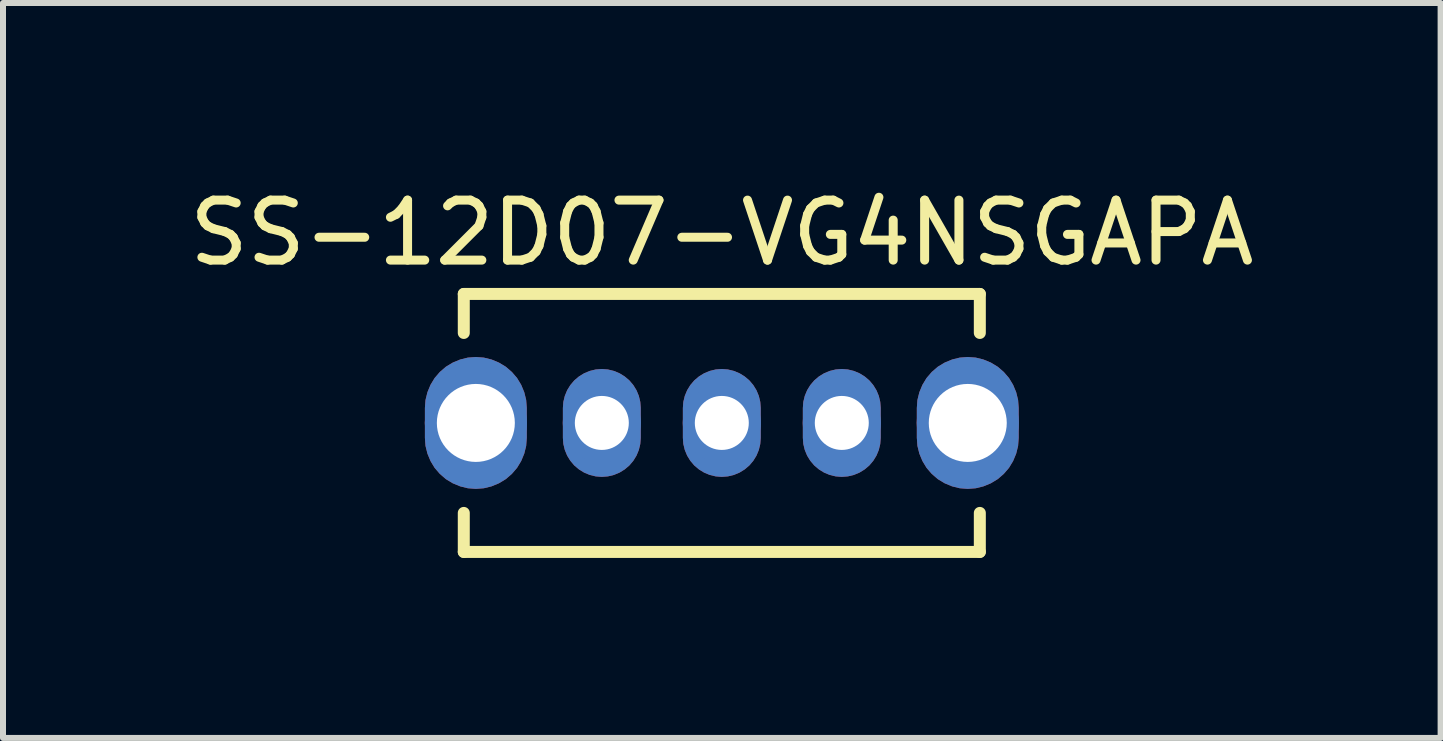
<source format=kicad_pcb>
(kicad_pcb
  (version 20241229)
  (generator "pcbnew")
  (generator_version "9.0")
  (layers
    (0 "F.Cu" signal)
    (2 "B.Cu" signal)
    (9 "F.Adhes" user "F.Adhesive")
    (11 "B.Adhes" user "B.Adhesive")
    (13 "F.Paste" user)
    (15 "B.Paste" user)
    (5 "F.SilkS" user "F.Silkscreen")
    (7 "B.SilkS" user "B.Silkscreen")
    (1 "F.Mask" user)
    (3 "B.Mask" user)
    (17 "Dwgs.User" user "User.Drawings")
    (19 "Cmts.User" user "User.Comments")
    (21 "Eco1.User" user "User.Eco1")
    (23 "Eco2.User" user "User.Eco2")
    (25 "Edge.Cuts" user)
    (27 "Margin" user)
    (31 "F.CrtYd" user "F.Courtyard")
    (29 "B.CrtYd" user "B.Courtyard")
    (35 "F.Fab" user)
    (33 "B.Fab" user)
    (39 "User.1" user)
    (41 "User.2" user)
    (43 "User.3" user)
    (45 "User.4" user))
  (footprint "SS-12D07-VG4NSGAPA"
    (layer "F.Cu")
    (at 8.982 4)
    (property "Reference" "SS-12D07-VG4NSGAPA" (at 0 -3.754 0) (layer "F.SilkS") (effects (font (size 1 1) (thickness 0.15)) (justify top)))
    (attr through_hole)
    (fp_poly (pts (xy -3.251 -0.25) (xy -3.261 -0.383) (xy -3.293 -0.512) (xy -3.344 -0.635) (xy -3.413 -0.749) (xy -3.5 -0.85) (xy -3.601 -0.937) (xy -3.715 -1.006) (xy -3.838 -1.057) (xy -3.967 -1.089) (xy -4.1 -1.099) (xy -4.233 -1.089) (xy -4.362 -1.057) (xy -4.485 -1.006) (xy -4.599 -0.937) (xy -4.7 -0.85) (xy -4.787 -0.749) (xy -4.856 -0.635) (xy -4.907 -0.512) (xy -4.939 -0.383) (xy -4.949 -0.25) (xy -4.949 0.25) (xy -4.939 0.383) (xy -4.907 0.512) (xy -4.856 0.635) (xy -4.787 0.749) (xy -4.7 0.85) (xy -4.599 0.937) (xy -4.485 1.006) (xy -4.362 1.057) (xy -4.233 1.089) (xy -4.1 1.099) (xy -3.967 1.089) (xy -3.838 1.057) (xy -3.715 1.006) (xy -3.601 0.937) (xy -3.5 0.85) (xy -3.413 0.749) (xy -3.344 0.635) (xy -3.293 0.512) (xy -3.261 0.383) (xy -3.251 0.25)) (stroke (width 0) (type solid)) (fill yes) (layer "F.Cu"))
    (fp_poly (pts (xy -1.351 -0.25) (xy -1.359 -0.352) (xy -1.383 -0.451) (xy -1.422 -0.545) (xy -1.475 -0.631) (xy -1.541 -0.709) (xy -1.619 -0.775) (xy -1.705 -0.828) (xy -1.799 -0.867) (xy -1.898 -0.891) (xy -2 -0.899) (xy -2.102 -0.891) (xy -2.201 -0.867) (xy -2.295 -0.828) (xy -2.381 -0.775) (xy -2.459 -0.709) (xy -2.525 -0.631) (xy -2.578 -0.545) (xy -2.617 -0.451) (xy -2.641 -0.352) (xy -2.649 -0.25) (xy -2.649 0.25) (xy -2.641 0.352) (xy -2.617 0.451) (xy -2.578 0.545) (xy -2.525 0.631) (xy -2.459 0.709) (xy -2.381 0.775) (xy -2.295 0.828) (xy -2.201 0.867) (xy -2.102 0.891) (xy -2 0.899) (xy -1.898 0.891) (xy -1.799 0.867) (xy -1.705 0.828) (xy -1.619 0.775) (xy -1.541 0.709) (xy -1.475 0.631) (xy -1.422 0.545) (xy -1.383 0.451) (xy -1.359 0.352) (xy -1.351 0.25)) (stroke (width 0) (type solid)) (fill yes) (layer "F.Cu"))
    (fp_poly (pts (xy 0.649 -0.25) (xy 0.641 -0.352) (xy 0.617 -0.451) (xy 0.578 -0.545) (xy 0.525 -0.631) (xy 0.459 -0.709) (xy 0.381 -0.775) (xy 0.295 -0.828) (xy 0.201 -0.867) (xy 0.102 -0.891) (xy 0 -0.899) (xy -0.102 -0.891) (xy -0.201 -0.867) (xy -0.295 -0.828) (xy -0.381 -0.775) (xy -0.459 -0.709) (xy -0.525 -0.631) (xy -0.578 -0.545) (xy -0.617 -0.451) (xy -0.641 -0.352) (xy -0.649 -0.25) (xy -0.649 0.25) (xy -0.641 0.352) (xy -0.617 0.451) (xy -0.578 0.545) (xy -0.525 0.631) (xy -0.459 0.709) (xy -0.381 0.775) (xy -0.295 0.828) (xy -0.201 0.867) (xy -0.102 0.891) (xy 0 0.899) (xy 0.102 0.891) (xy 0.201 0.867) (xy 0.295 0.828) (xy 0.381 0.775) (xy 0.459 0.709) (xy 0.525 0.631) (xy 0.578 0.545) (xy 0.617 0.451) (xy 0.641 0.352) (xy 0.649 0.25)) (stroke (width 0) (type solid)) (fill yes) (layer "F.Cu"))
    (fp_poly (pts (xy 2.649 -0.25) (xy 2.641 -0.352) (xy 2.617 -0.451) (xy 2.578 -0.545) (xy 2.525 -0.631) (xy 2.459 -0.709) (xy 2.381 -0.775) (xy 2.295 -0.828) (xy 2.201 -0.867) (xy 2.102 -0.891) (xy 2 -0.899) (xy 1.898 -0.891) (xy 1.799 -0.867) (xy 1.705 -0.828) (xy 1.619 -0.775) (xy 1.541 -0.709) (xy 1.475 -0.631) (xy 1.422 -0.545) (xy 1.383 -0.451) (xy 1.359 -0.352) (xy 1.351 -0.25) (xy 1.351 0.25) (xy 1.359 0.352) (xy 1.383 0.451) (xy 1.422 0.545) (xy 1.475 0.631) (xy 1.541 0.709) (xy 1.619 0.775) (xy 1.705 0.828) (xy 1.799 0.867) (xy 1.898 0.891) (xy 2 0.899) (xy 2.102 0.891) (xy 2.201 0.867) (xy 2.295 0.828) (xy 2.381 0.775) (xy 2.459 0.709) (xy 2.525 0.631) (xy 2.578 0.545) (xy 2.617 0.451) (xy 2.641 0.352) (xy 2.649 0.25)) (stroke (width 0) (type solid)) (fill yes) (layer "F.Cu"))
    (fp_poly (pts (xy 4.949 -0.25) (xy 4.939 -0.383) (xy 4.907 -0.512) (xy 4.856 -0.635) (xy 4.787 -0.749) (xy 4.7 -0.85) (xy 4.599 -0.937) (xy 4.485 -1.006) (xy 4.362 -1.057) (xy 4.233 -1.089) (xy 4.1 -1.099) (xy 3.967 -1.089) (xy 3.838 -1.057) (xy 3.715 -1.006) (xy 3.601 -0.937) (xy 3.5 -0.85) (xy 3.413 -0.749) (xy 3.344 -0.635) (xy 3.293 -0.512) (xy 3.261 -0.383) (xy 3.251 -0.25) (xy 3.251 0.25) (xy 3.261 0.383) (xy 3.293 0.512) (xy 3.344 0.635) (xy 3.413 0.749) (xy 3.5 0.85) (xy 3.601 0.937) (xy 3.715 1.006) (xy 3.838 1.057) (xy 3.967 1.089) (xy 4.1 1.099) (xy 4.233 1.089) (xy 4.362 1.057) (xy 4.485 1.006) (xy 4.599 0.937) (xy 4.7 0.85) (xy 4.787 0.749) (xy 4.856 0.635) (xy 4.907 0.512) (xy 4.939 0.383) (xy 4.949 0.25)) (stroke (width 0) (type solid)) (fill yes) (layer "F.Cu"))
    (fp_poly (pts (xy -5.052 0.25) (xy -5.04 0.399) (xy -5.005 0.544) (xy -4.948 0.682) (xy -4.87 0.81) (xy -4.773 0.923) (xy -4.66 1.02) (xy -4.532 1.098) (xy -4.394 1.155) (xy -4.249 1.19) (xy -4.1 1.202) (xy -3.951 1.19) (xy -3.806 1.155) (xy -3.668 1.098) (xy -3.54 1.02) (xy -3.427 0.923) (xy -3.33 0.81) (xy -3.252 0.682) (xy -3.195 0.544) (xy -3.16 0.399) (xy -3.148 0.25) (xy -3.148 -0.25) (xy -3.16 -0.399) (xy -3.195 -0.544) (xy -3.252 -0.682) (xy -3.33 -0.81) (xy -3.427 -0.923) (xy -3.54 -1.02) (xy -3.668 -1.098) (xy -3.806 -1.155) (xy -3.951 -1.19) (xy -4.1 -1.202) (xy -4.249 -1.19) (xy -4.394 -1.155) (xy -4.532 -1.098) (xy -4.66 -1.02) (xy -4.773 -0.923) (xy -4.87 -0.81) (xy -4.948 -0.682) (xy -5.005 -0.544) (xy -5.04 -0.399) (xy -5.052 -0.25)) (stroke (width 0) (type solid)) (fill yes) (layer "F.Mask"))
    (fp_poly (pts (xy -2.752 0.25) (xy -2.743 0.368) (xy -2.715 0.482) (xy -2.67 0.591) (xy -2.608 0.692) (xy -2.532 0.782) (xy -2.442 0.858) (xy -2.341 0.92) (xy -2.232 0.965) (xy -2.118 0.993) (xy -2 1.002) (xy -1.882 0.993) (xy -1.768 0.965) (xy -1.659 0.92) (xy -1.558 0.858) (xy -1.468 0.782) (xy -1.392 0.692) (xy -1.33 0.591) (xy -1.285 0.482) (xy -1.257 0.368) (xy -1.248 0.25) (xy -1.248 -0.25) (xy -1.257 -0.368) (xy -1.285 -0.482) (xy -1.33 -0.591) (xy -1.392 -0.692) (xy -1.468 -0.782) (xy -1.558 -0.858) (xy -1.659 -0.92) (xy -1.768 -0.965) (xy -1.882 -0.993) (xy -2 -1.002) (xy -2.118 -0.993) (xy -2.232 -0.965) (xy -2.341 -0.92) (xy -2.442 -0.858) (xy -2.532 -0.782) (xy -2.608 -0.692) (xy -2.67 -0.591) (xy -2.715 -0.482) (xy -2.743 -0.368) (xy -2.752 -0.25)) (stroke (width 0) (type solid)) (fill yes) (layer "F.Mask"))
    (fp_poly (pts (xy -0.752 0.25) (xy -0.743 0.368) (xy -0.715 0.482) (xy -0.67 0.591) (xy -0.608 0.692) (xy -0.532 0.782) (xy -0.442 0.858) (xy -0.341 0.92) (xy -0.232 0.965) (xy -0.118 0.993) (xy 0 1.002) (xy 0.118 0.993) (xy 0.232 0.965) (xy 0.341 0.92) (xy 0.442 0.858) (xy 0.532 0.782) (xy 0.608 0.692) (xy 0.67 0.591) (xy 0.715 0.482) (xy 0.743 0.368) (xy 0.752 0.25) (xy 0.752 -0.25) (xy 0.743 -0.368) (xy 0.715 -0.482) (xy 0.67 -0.591) (xy 0.608 -0.692) (xy 0.532 -0.782) (xy 0.442 -0.858) (xy 0.341 -0.92) (xy 0.232 -0.965) (xy 0.118 -0.993) (xy 0 -1.002) (xy -0.118 -0.993) (xy -0.232 -0.965) (xy -0.341 -0.92) (xy -0.442 -0.858) (xy -0.532 -0.782) (xy -0.608 -0.692) (xy -0.67 -0.591) (xy -0.715 -0.482) (xy -0.743 -0.368) (xy -0.752 -0.25)) (stroke (width 0) (type solid)) (fill yes) (layer "F.Mask"))
    (fp_poly (pts (xy 1.248 0.25) (xy 1.257 0.368) (xy 1.285 0.482) (xy 1.33 0.591) (xy 1.392 0.692) (xy 1.468 0.782) (xy 1.558 0.858) (xy 1.659 0.92) (xy 1.768 0.965) (xy 1.882 0.993) (xy 2 1.002) (xy 2.118 0.993) (xy 2.232 0.965) (xy 2.341 0.92) (xy 2.442 0.858) (xy 2.532 0.782) (xy 2.608 0.692) (xy 2.67 0.591) (xy 2.715 0.482) (xy 2.743 0.368) (xy 2.752 0.25) (xy 2.752 -0.25) (xy 2.743 -0.368) (xy 2.715 -0.482) (xy 2.67 -0.591) (xy 2.608 -0.692) (xy 2.532 -0.782) (xy 2.442 -0.858) (xy 2.341 -0.92) (xy 2.232 -0.965) (xy 2.118 -0.993) (xy 2 -1.002) (xy 1.882 -0.993) (xy 1.768 -0.965) (xy 1.659 -0.92) (xy 1.558 -0.858) (xy 1.468 -0.782) (xy 1.392 -0.692) (xy 1.33 -0.591) (xy 1.285 -0.482) (xy 1.257 -0.368) (xy 1.248 -0.25)) (stroke (width 0) (type solid)) (fill yes) (layer "F.Mask"))
    (fp_poly (pts (xy 3.148 0.25) (xy 3.16 0.399) (xy 3.195 0.544) (xy 3.252 0.682) (xy 3.33 0.81) (xy 3.427 0.923) (xy 3.54 1.02) (xy 3.668 1.098) (xy 3.806 1.155) (xy 3.951 1.19) (xy 4.1 1.202) (xy 4.249 1.19) (xy 4.394 1.155) (xy 4.532 1.098) (xy 4.66 1.02) (xy 4.773 0.923) (xy 4.87 0.81) (xy 4.948 0.682) (xy 5.005 0.544) (xy 5.04 0.399) (xy 5.052 0.25) (xy 5.052 -0.25) (xy 5.04 -0.399) (xy 5.005 -0.544) (xy 4.948 -0.682) (xy 4.87 -0.81) (xy 4.773 -0.923) (xy 4.66 -1.02) (xy 4.532 -1.098) (xy 4.394 -1.155) (xy 4.249 -1.19) (xy 4.1 -1.202) (xy 3.951 -1.19) (xy 3.806 -1.155) (xy 3.668 -1.098) (xy 3.54 -1.02) (xy 3.427 -0.923) (xy 3.33 -0.81) (xy 3.252 -0.682) (xy 3.195 -0.544) (xy 3.16 -0.399) (xy 3.148 -0.25)) (stroke (width 0) (type solid)) (fill yes) (layer "F.Mask"))
    (fp_poly (pts (xy -3.251 -0.25) (xy -3.261 -0.383) (xy -3.293 -0.512) (xy -3.344 -0.635) (xy -3.413 -0.749) (xy -3.5 -0.85) (xy -3.601 -0.937) (xy -3.715 -1.006) (xy -3.838 -1.057) (xy -3.967 -1.089) (xy -4.1 -1.099) (xy -4.233 -1.089) (xy -4.362 -1.057) (xy -4.485 -1.006) (xy -4.599 -0.937) (xy -4.7 -0.85) (xy -4.787 -0.749) (xy -4.856 -0.635) (xy -4.907 -0.512) (xy -4.939 -0.383) (xy -4.949 -0.25) (xy -4.949 0.25) (xy -4.939 0.383) (xy -4.907 0.512) (xy -4.856 0.635) (xy -4.787 0.749) (xy -4.7 0.85) (xy -4.599 0.937) (xy -4.485 1.006) (xy -4.362 1.057) (xy -4.233 1.089) (xy -4.1 1.099) (xy -3.967 1.089) (xy -3.838 1.057) (xy -3.715 1.006) (xy -3.601 0.937) (xy -3.5 0.85) (xy -3.413 0.749) (xy -3.344 0.635) (xy -3.293 0.512) (xy -3.261 0.383) (xy -3.251 0.25)) (stroke (width 0) (type solid)) (fill yes) (layer "B.Cu"))
    (fp_poly (pts (xy -1.351 -0.25) (xy -1.359 -0.352) (xy -1.383 -0.451) (xy -1.422 -0.545) (xy -1.475 -0.631) (xy -1.541 -0.709) (xy -1.619 -0.775) (xy -1.705 -0.828) (xy -1.799 -0.867) (xy -1.898 -0.891) (xy -2 -0.899) (xy -2.102 -0.891) (xy -2.201 -0.867) (xy -2.295 -0.828) (xy -2.381 -0.775) (xy -2.459 -0.709) (xy -2.525 -0.631) (xy -2.578 -0.545) (xy -2.617 -0.451) (xy -2.641 -0.352) (xy -2.649 -0.25) (xy -2.649 0.25) (xy -2.641 0.352) (xy -2.617 0.451) (xy -2.578 0.545) (xy -2.525 0.631) (xy -2.459 0.709) (xy -2.381 0.775) (xy -2.295 0.828) (xy -2.201 0.867) (xy -2.102 0.891) (xy -2 0.899) (xy -1.898 0.891) (xy -1.799 0.867) (xy -1.705 0.828) (xy -1.619 0.775) (xy -1.541 0.709) (xy -1.475 0.631) (xy -1.422 0.545) (xy -1.383 0.451) (xy -1.359 0.352) (xy -1.351 0.25)) (stroke (width 0) (type solid)) (fill yes) (layer "B.Cu"))
    (fp_poly (pts (xy 0.649 -0.25) (xy 0.641 -0.352) (xy 0.617 -0.451) (xy 0.578 -0.545) (xy 0.525 -0.631) (xy 0.459 -0.709) (xy 0.381 -0.775) (xy 0.295 -0.828) (xy 0.201 -0.867) (xy 0.102 -0.891) (xy 0 -0.899) (xy -0.102 -0.891) (xy -0.201 -0.867) (xy -0.295 -0.828) (xy -0.381 -0.775) (xy -0.459 -0.709) (xy -0.525 -0.631) (xy -0.578 -0.545) (xy -0.617 -0.451) (xy -0.641 -0.352) (xy -0.649 -0.25) (xy -0.649 0.25) (xy -0.641 0.352) (xy -0.617 0.451) (xy -0.578 0.545) (xy -0.525 0.631) (xy -0.459 0.709) (xy -0.381 0.775) (xy -0.295 0.828) (xy -0.201 0.867) (xy -0.102 0.891) (xy 0 0.899) (xy 0.102 0.891) (xy 0.201 0.867) (xy 0.295 0.828) (xy 0.381 0.775) (xy 0.459 0.709) (xy 0.525 0.631) (xy 0.578 0.545) (xy 0.617 0.451) (xy 0.641 0.352) (xy 0.649 0.25)) (stroke (width 0) (type solid)) (fill yes) (layer "B.Cu"))
    (fp_poly (pts (xy 2.649 -0.25) (xy 2.641 -0.352) (xy 2.617 -0.451) (xy 2.578 -0.545) (xy 2.525 -0.631) (xy 2.459 -0.709) (xy 2.381 -0.775) (xy 2.295 -0.828) (xy 2.201 -0.867) (xy 2.102 -0.891) (xy 2 -0.899) (xy 1.898 -0.891) (xy 1.799 -0.867) (xy 1.705 -0.828) (xy 1.619 -0.775) (xy 1.541 -0.709) (xy 1.475 -0.631) (xy 1.422 -0.545) (xy 1.383 -0.451) (xy 1.359 -0.352) (xy 1.351 -0.25) (xy 1.351 0.25) (xy 1.359 0.352) (xy 1.383 0.451) (xy 1.422 0.545) (xy 1.475 0.631) (xy 1.541 0.709) (xy 1.619 0.775) (xy 1.705 0.828) (xy 1.799 0.867) (xy 1.898 0.891) (xy 2 0.899) (xy 2.102 0.891) (xy 2.201 0.867) (xy 2.295 0.828) (xy 2.381 0.775) (xy 2.459 0.709) (xy 2.525 0.631) (xy 2.578 0.545) (xy 2.617 0.451) (xy 2.641 0.352) (xy 2.649 0.25)) (stroke (width 0) (type solid)) (fill yes) (layer "B.Cu"))
    (fp_poly (pts (xy 4.949 -0.25) (xy 4.939 -0.383) (xy 4.907 -0.512) (xy 4.856 -0.635) (xy 4.787 -0.749) (xy 4.7 -0.85) (xy 4.599 -0.937) (xy 4.485 -1.006) (xy 4.362 -1.057) (xy 4.233 -1.089) (xy 4.1 -1.099) (xy 3.967 -1.089) (xy 3.838 -1.057) (xy 3.715 -1.006) (xy 3.601 -0.937) (xy 3.5 -0.85) (xy 3.413 -0.749) (xy 3.344 -0.635) (xy 3.293 -0.512) (xy 3.261 -0.383) (xy 3.251 -0.25) (xy 3.251 0.25) (xy 3.261 0.383) (xy 3.293 0.512) (xy 3.344 0.635) (xy 3.413 0.749) (xy 3.5 0.85) (xy 3.601 0.937) (xy 3.715 1.006) (xy 3.838 1.057) (xy 3.967 1.089) (xy 4.1 1.099) (xy 4.233 1.089) (xy 4.362 1.057) (xy 4.485 1.006) (xy 4.599 0.937) (xy 4.7 0.85) (xy 4.787 0.749) (xy 4.856 0.635) (xy 4.907 0.512) (xy 4.939 0.383) (xy 4.949 0.25)) (stroke (width 0) (type solid)) (fill yes) (layer "B.Cu"))
    (fp_poly (pts (xy -5.052 0.25) (xy -5.04 0.399) (xy -5.005 0.544) (xy -4.948 0.682) (xy -4.87 0.81) (xy -4.773 0.923) (xy -4.66 1.02) (xy -4.532 1.098) (xy -4.394 1.155) (xy -4.249 1.19) (xy -4.1 1.202) (xy -3.951 1.19) (xy -3.806 1.155) (xy -3.668 1.098) (xy -3.54 1.02) (xy -3.427 0.923) (xy -3.33 0.81) (xy -3.252 0.682) (xy -3.195 0.544) (xy -3.16 0.399) (xy -3.148 0.25) (xy -3.148 -0.25) (xy -3.16 -0.399) (xy -3.195 -0.544) (xy -3.252 -0.682) (xy -3.33 -0.81) (xy -3.427 -0.923) (xy -3.54 -1.02) (xy -3.668 -1.098) (xy -3.806 -1.155) (xy -3.951 -1.19) (xy -4.1 -1.202) (xy -4.249 -1.19) (xy -4.394 -1.155) (xy -4.532 -1.098) (xy -4.66 -1.02) (xy -4.773 -0.923) (xy -4.87 -0.81) (xy -4.948 -0.682) (xy -5.005 -0.544) (xy -5.04 -0.399) (xy -5.052 -0.25)) (stroke (width 0) (type solid)) (fill yes) (layer "B.Mask"))
    (fp_poly (pts (xy -2.752 0.25) (xy -2.743 0.368) (xy -2.715 0.482) (xy -2.67 0.591) (xy -2.608 0.692) (xy -2.532 0.782) (xy -2.442 0.858) (xy -2.341 0.92) (xy -2.232 0.965) (xy -2.118 0.993) (xy -2 1.002) (xy -1.882 0.993) (xy -1.768 0.965) (xy -1.659 0.92) (xy -1.558 0.858) (xy -1.468 0.782) (xy -1.392 0.692) (xy -1.33 0.591) (xy -1.285 0.482) (xy -1.257 0.368) (xy -1.248 0.25) (xy -1.248 -0.25) (xy -1.257 -0.368) (xy -1.285 -0.482) (xy -1.33 -0.591) (xy -1.392 -0.692) (xy -1.468 -0.782) (xy -1.558 -0.858) (xy -1.659 -0.92) (xy -1.768 -0.965) (xy -1.882 -0.993) (xy -2 -1.002) (xy -2.118 -0.993) (xy -2.232 -0.965) (xy -2.341 -0.92) (xy -2.442 -0.858) (xy -2.532 -0.782) (xy -2.608 -0.692) (xy -2.67 -0.591) (xy -2.715 -0.482) (xy -2.743 -0.368) (xy -2.752 -0.25)) (stroke (width 0) (type solid)) (fill yes) (layer "B.Mask"))
    (fp_poly (pts (xy -0.752 0.25) (xy -0.743 0.368) (xy -0.715 0.482) (xy -0.67 0.591) (xy -0.608 0.692) (xy -0.532 0.782) (xy -0.442 0.858) (xy -0.341 0.92) (xy -0.232 0.965) (xy -0.118 0.993) (xy 0 1.002) (xy 0.118 0.993) (xy 0.232 0.965) (xy 0.341 0.92) (xy 0.442 0.858) (xy 0.532 0.782) (xy 0.608 0.692) (xy 0.67 0.591) (xy 0.715 0.482) (xy 0.743 0.368) (xy 0.752 0.25) (xy 0.752 -0.25) (xy 0.743 -0.368) (xy 0.715 -0.482) (xy 0.67 -0.591) (xy 0.608 -0.692) (xy 0.532 -0.782) (xy 0.442 -0.858) (xy 0.341 -0.92) (xy 0.232 -0.965) (xy 0.118 -0.993) (xy 0 -1.002) (xy -0.118 -0.993) (xy -0.232 -0.965) (xy -0.341 -0.92) (xy -0.442 -0.858) (xy -0.532 -0.782) (xy -0.608 -0.692) (xy -0.67 -0.591) (xy -0.715 -0.482) (xy -0.743 -0.368) (xy -0.752 -0.25)) (stroke (width 0) (type solid)) (fill yes) (layer "B.Mask"))
    (fp_poly (pts (xy 1.248 0.25) (xy 1.257 0.368) (xy 1.285 0.482) (xy 1.33 0.591) (xy 1.392 0.692) (xy 1.468 0.782) (xy 1.558 0.858) (xy 1.659 0.92) (xy 1.768 0.965) (xy 1.882 0.993) (xy 2 1.002) (xy 2.118 0.993) (xy 2.232 0.965) (xy 2.341 0.92) (xy 2.442 0.858) (xy 2.532 0.782) (xy 2.608 0.692) (xy 2.67 0.591) (xy 2.715 0.482) (xy 2.743 0.368) (xy 2.752 0.25) (xy 2.752 -0.25) (xy 2.743 -0.368) (xy 2.715 -0.482) (xy 2.67 -0.591) (xy 2.608 -0.692) (xy 2.532 -0.782) (xy 2.442 -0.858) (xy 2.341 -0.92) (xy 2.232 -0.965) (xy 2.118 -0.993) (xy 2 -1.002) (xy 1.882 -0.993) (xy 1.768 -0.965) (xy 1.659 -0.92) (xy 1.558 -0.858) (xy 1.468 -0.782) (xy 1.392 -0.692) (xy 1.33 -0.591) (xy 1.285 -0.482) (xy 1.257 -0.368) (xy 1.248 -0.25)) (stroke (width 0) (type solid)) (fill yes) (layer "B.Mask"))
    (fp_poly (pts (xy 3.148 0.25) (xy 3.16 0.399) (xy 3.195 0.544) (xy 3.252 0.682) (xy 3.33 0.81) (xy 3.427 0.923) (xy 3.54 1.02) (xy 3.668 1.098) (xy 3.806 1.155) (xy 3.951 1.19) (xy 4.1 1.202) (xy 4.249 1.19) (xy 4.394 1.155) (xy 4.532 1.098) (xy 4.66 1.02) (xy 4.773 0.923) (xy 4.87 0.81) (xy 4.948 0.682) (xy 5.005 0.544) (xy 5.04 0.399) (xy 5.052 0.25) (xy 5.052 -0.25) (xy 5.04 -0.399) (xy 5.005 -0.544) (xy 4.948 -0.682) (xy 4.87 -0.81) (xy 4.773 -0.923) (xy 4.66 -1.02) (xy 4.532 -1.098) (xy 4.394 -1.155) (xy 4.249 -1.19) (xy 4.1 -1.202) (xy 3.951 -1.19) (xy 3.806 -1.155) (xy 3.668 -1.098) (xy 3.54 -1.02) (xy 3.427 -0.923) (xy 3.33 -0.81) (xy 3.252 -0.682) (xy 3.195 -0.544) (xy 3.16 -0.399) (xy 3.148 -0.25)) (stroke (width 0) (type solid)) (fill yes) (layer "B.Mask"))
    (fp_line (start -4.301 -2.15) (end -4.301 -1.5) (stroke (width 0.2) (type solid)) (layer "F.SilkS"))
    (fp_line (start -4.301 -2.15) (end 4.301 -2.15) (stroke (width 0.2) (type solid)) (layer "F.SilkS"))
    (fp_line (start -4.301 1.5) (end -4.301 2.15) (stroke (width 0.2) (type solid)) (layer "F.SilkS"))
    (fp_line (start -4.301 2.15) (end 4.301 2.15) (stroke (width 0.2) (type solid)) (layer "F.SilkS"))
    (fp_line (start 4.301 -2.15) (end 4.301 -1.5) (stroke (width 0.2) (type solid)) (layer "F.SilkS"))
    (fp_line (start 4.301 1.5) (end 4.301 2.15) (stroke (width 0.2) (type solid)) (layer "F.SilkS"))
    (pad "1" thru_hole circle (at -2 0 90) (size 1.3 1.3) (drill 0.9) (layers "*.Cu" "*.Mask"))
    (pad "2" thru_hole circle (at 0 0 90) (size 1.3 1.3) (drill 0.9) (layers "*.Cu" "*.Mask"))
    (pad "3" thru_hole circle (at 2 0 90) (size 1.3 1.3) (drill 0.9) (layers "*.Cu" "*.Mask"))
    (pad "MH1" thru_hole circle (at -4.1 0 90) (size 1.7 1.7) (drill 1.3) (layers "*.Cu" "*.Mask"))
    (pad "MH2" thru_hole circle (at 4.1 0 90) (size 1.7 1.7) (drill 1.3) (layers "*.Cu" "*.Mask")))
  (gr_rect
    (start -3 -3)
    (end 20.964 9.251)
    (stroke (width 0.1) (type default))
    (fill no)
    (layer "Edge.Cuts")))
</source>
